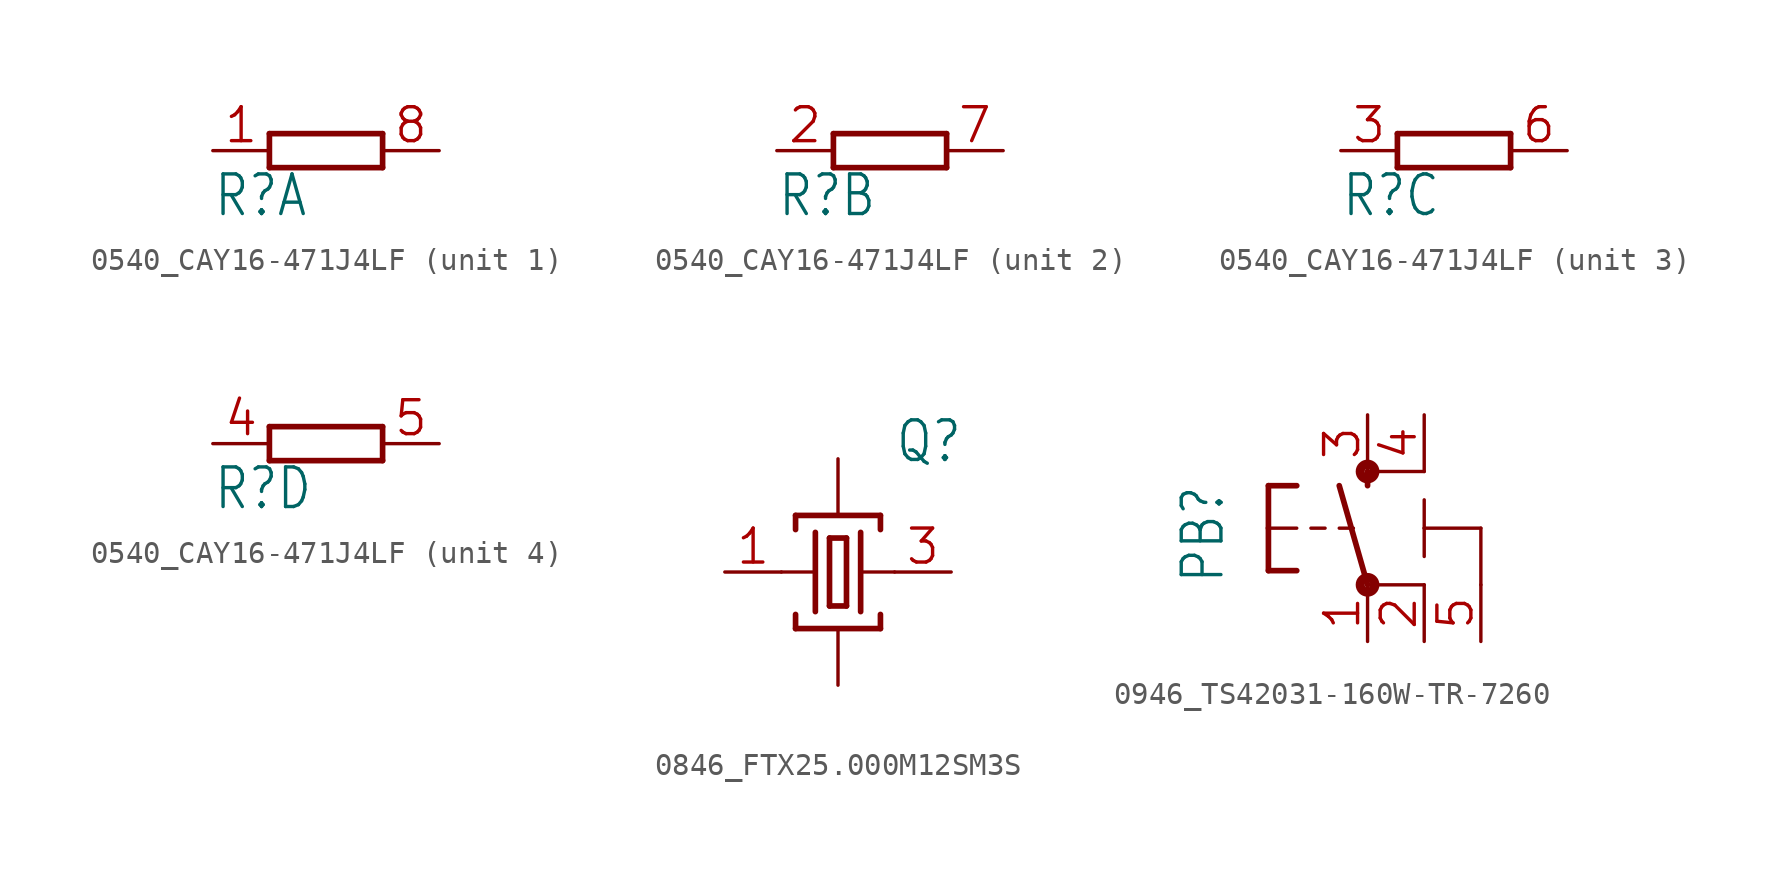
<source format=kicad_sym>
(kicad_symbol_lib
  (version 20241209)
  (generator "kicad_symbol_editor")
  (generator_version "9.0")
  (symbol "0540_CAY16-471J4LF"
    (property "Reference" "R"
      (at -5.08 -3.048 0)
      (effects (font (size 1.778 1.511)) (justify left bottom)))
    (property "Value" ""
      (at 2.54 -3.048 0)
      (effects (font (size 1.778 1.511)) (justify left bottom)))
    (property "ki_locked" ""
      (at 0 0 0)
      (effects (font (size 1.27 1.27))))
    (symbol "0540_CAY16-471J4LF_1_0"
      (polyline (pts (xy -2.54 0.762) (xy -2.54 -0.762)) (stroke (width 0.254) (type solid)) (fill (type none)))
      (polyline (pts (xy -2.54 -0.762) (xy 2.54 -0.762)) (stroke (width 0.254) (type solid)) (fill (type none)))
      (polyline (pts (xy 2.54 0.762) (xy -2.54 0.762)) (stroke (width 0.254) (type solid)) (fill (type none)))
      (polyline (pts (xy 2.54 -0.762) (xy 2.54 0.762)) (stroke (width 0.254) (type solid)) (fill (type none)))
      (pin passive line (at -5.08 0 0) (length 2.54) (name "1" (effects (font (size 0 0)))) (number "1" (effects (font (size 1.524 1.524)))))
      (pin passive line (at 5.08 0 180) (length 2.54) (name "2" (effects (font (size 0 0)))) (number "8" (effects (font (size 1.524 1.524))))))
    (symbol "0540_CAY16-471J4LF_2_0"
      (polyline (pts (xy -2.54 0.762) (xy -2.54 -0.762)) (stroke (width 0.254) (type solid)) (fill (type none)))
      (polyline (pts (xy -2.54 -0.762) (xy 2.54 -0.762)) (stroke (width 0.254) (type solid)) (fill (type none)))
      (polyline (pts (xy 2.54 0.762) (xy -2.54 0.762)) (stroke (width 0.254) (type solid)) (fill (type none)))
      (polyline (pts (xy 2.54 -0.762) (xy 2.54 0.762)) (stroke (width 0.254) (type solid)) (fill (type none)))
      (pin passive line (at -5.08 0 0) (length 2.54) (name "1" (effects (font (size 0 0)))) (number "2" (effects (font (size 1.524 1.524)))))
      (pin passive line (at 5.08 0 180) (length 2.54) (name "2" (effects (font (size 0 0)))) (number "7" (effects (font (size 1.524 1.524))))))
    (symbol "0540_CAY16-471J4LF_3_0"
      (polyline (pts (xy -2.54 0.762) (xy -2.54 -0.762)) (stroke (width 0.254) (type solid)) (fill (type none)))
      (polyline (pts (xy -2.54 -0.762) (xy 2.54 -0.762)) (stroke (width 0.254) (type solid)) (fill (type none)))
      (polyline (pts (xy 2.54 0.762) (xy -2.54 0.762)) (stroke (width 0.254) (type solid)) (fill (type none)))
      (polyline (pts (xy 2.54 -0.762) (xy 2.54 0.762)) (stroke (width 0.254) (type solid)) (fill (type none)))
      (pin passive line (at -5.08 0 0) (length 2.54) (name "1" (effects (font (size 0 0)))) (number "3" (effects (font (size 1.524 1.524)))))
      (pin passive line (at 5.08 0 180) (length 2.54) (name "2" (effects (font (size 0 0)))) (number "6" (effects (font (size 1.524 1.524))))))
    (symbol "0540_CAY16-471J4LF_4_0"
      (polyline (pts (xy -2.54 0.762) (xy -2.54 -0.762)) (stroke (width 0.254) (type solid)) (fill (type none)))
      (polyline (pts (xy -2.54 -0.762) (xy 2.54 -0.762)) (stroke (width 0.254) (type solid)) (fill (type none)))
      (polyline (pts (xy 2.54 0.762) (xy -2.54 0.762)) (stroke (width 0.254) (type solid)) (fill (type none)))
      (polyline (pts (xy 2.54 -0.762) (xy 2.54 0.762)) (stroke (width 0.254) (type solid)) (fill (type none)))
      (pin passive line (at -5.08 0 0) (length 2.54) (name "1" (effects (font (size 0 0)))) (number "4" (effects (font (size 1.524 1.524)))))
      (pin passive line (at 5.08 0 180) (length 2.54) (name "2" (effects (font (size 0 0)))) (number "5" (effects (font (size 1.524 1.524)))))))
  (symbol "0846_FTX25.000M12SM3S"
    (property "Reference" "Q"
      (at 2.54 4.826 0)
      (effects (font (size 1.778 1.511)) (justify left bottom)))
    (property "Value" ""
      (at 2.54 -6.35 0)
      (effects (font (size 1.778 1.511)) (justify left bottom)))
    (property "ki_locked" ""
      (at 0 0 0)
      (effects (font (size 1.27 1.27))))
    (symbol "0846_FTX25.000M12SM3S_1_0"
      (polyline (pts (xy -2.54 0) (xy -1.016 0)) (stroke (width 0.152) (type solid)) (fill (type none)))
      (polyline (pts (xy -1.905 2.54) (xy 1.905 2.54)) (stroke (width 0.254) (type solid)) (fill (type none)))
      (polyline (pts (xy -1.905 1.905) (xy -1.905 2.54)) (stroke (width 0.254) (type solid)) (fill (type none)))
      (polyline (pts (xy -1.905 -1.905) (xy -1.905 -2.54)) (stroke (width 0.254) (type solid)) (fill (type none)))
      (polyline (pts (xy -1.905 -2.54) (xy 1.905 -2.54)) (stroke (width 0.254) (type solid)) (fill (type none)))
      (polyline (pts (xy -1.016 1.778) (xy -1.016 -1.778)) (stroke (width 0.254) (type solid)) (fill (type none)))
      (polyline (pts (xy -0.381 1.524) (xy -0.381 -1.524)) (stroke (width 0.254) (type solid)) (fill (type none)))
      (polyline (pts (xy -0.381 -1.524) (xy 0.381 -1.524)) (stroke (width 0.254) (type solid)) (fill (type none)))
      (polyline (pts (xy 0.381 1.524) (xy -0.381 1.524)) (stroke (width 0.254) (type solid)) (fill (type none)))
      (polyline (pts (xy 0.381 -1.524) (xy 0.381 1.524)) (stroke (width 0.254) (type solid)) (fill (type none)))
      (polyline (pts (xy 1.016 1.778) (xy 1.016 -1.778)) (stroke (width 0.254) (type solid)) (fill (type none)))
      (polyline (pts (xy 1.016 0) (xy 2.54 0)) (stroke (width 0.152) (type solid)) (fill (type none)))
      (polyline (pts (xy 1.905 2.54) (xy 1.905 1.905)) (stroke (width 0.254) (type solid)) (fill (type none)))
      (polyline (pts (xy 1.905 -2.54) (xy 1.905 -1.905)) (stroke (width 0.254) (type solid)) (fill (type none)))
      (pin passive line (at -5.08 0 0) (length 2.54) (name "1" (effects (font (size 0 0)))) (number "1" (effects (font (size 1.524 1.524)))))
      (pin passive line (at 0 5.08 270) (length 2.54) (name "4" (effects (font (size 0 0)))) (number "4" (effects (font (size 0 0)))))
      (pin passive line (at 0 -5.08 90) (length 2.54) (name "2" (effects (font (size 0 0)))) (number "2" (effects (font (size 0 0)))))
      (pin passive line (at 5.08 0 180) (length 2.54) (name "3" (effects (font (size 0 0)))) (number "3" (effects (font (size 1.524 1.524)))))))
  (symbol "0946_TS42031-160W-TR-7260"
    (property "Reference" "PB"
      (at -6.35 -2.54 90)
      (effects (font (size 1.778 1.511)) (justify left bottom)))
    (property "Value" ""
      (at -3.81 3.175 90)
      (effects (font (size 1.778 1.511)) (justify left bottom)))
    (property "ki_locked" ""
      (at 0 0 0)
      (effects (font (size 1.27 1.27))))
    (symbol "0946_TS42031-160W-TR-7260_1_0"
      (polyline (pts (xy -4.445 1.905) (xy -4.445 0)) (stroke (width 0.254) (type solid)) (fill (type none)))
      (polyline (pts (xy -4.445 1.905) (xy -3.175 1.905)) (stroke (width 0.254) (type solid)) (fill (type none)))
      (polyline (pts (xy -4.445 0) (xy -4.445 -1.905)) (stroke (width 0.254) (type solid)) (fill (type none)))
      (polyline (pts (xy -4.445 0) (xy -3.175 0)) (stroke (width 0.152) (type solid)) (fill (type none)))
      (polyline (pts (xy -4.445 -1.905) (xy -3.175 -1.905)) (stroke (width 0.254) (type solid)) (fill (type none)))
      (polyline (pts (xy -2.54 0) (xy -1.905 0)) (stroke (width 0.152) (type solid)) (fill (type none)))
      (polyline (pts (xy -1.27 0) (xy -0.635 0)) (stroke (width 0.152) (type solid)) (fill (type none)))
      (circle (center 0 2.54) (radius 0.127) (stroke (width 0.406) (type solid)) (fill (type none)))
      (polyline (pts (xy 0 1.905) (xy 0 2.54)) (stroke (width 0.254) (type solid)) (fill (type none)))
      (polyline (pts (xy 0 -2.54) (xy -1.27 1.905)) (stroke (width 0.254) (type solid)) (fill (type none)))
      (circle (center 0 -2.54) (radius 0.127) (stroke (width 0.406) (type solid)) (fill (type none)))
      (polyline (pts (xy 2.54 2.54) (xy 0 2.54)) (stroke (width 0.152) (type solid)) (fill (type none)))
      (polyline (pts (xy 2.54 0) (xy 2.54 1.27)) (stroke (width 0.152) (type solid)) (fill (type none)))
      (polyline (pts (xy 2.54 0) (xy 2.54 -1.27)) (stroke (width 0.152) (type solid)) (fill (type none)))
      (polyline (pts (xy 2.54 -2.54) (xy 0 -2.54)) (stroke (width 0.152) (type solid)) (fill (type none)))
      (polyline (pts (xy 5.08 0) (xy 2.54 0)) (stroke (width 0.152) (type solid)) (fill (type none)))
      (polyline (pts (xy 5.08 -2.54) (xy 5.08 0)) (stroke (width 0.152) (type solid)) (fill (type none)))
      (pin passive line (at 0 5.08 270) (length 2.54) (name "3" (effects (font (size 0 0)))) (number "3" (effects (font (size 1.524 1.524)))))
      (pin passive line (at 0 -5.08 90) (length 2.54) (name "1" (effects (font (size 0 0)))) (number "1" (effects (font (size 1.524 1.524)))))
      (pin passive line (at 2.54 5.08 270) (length 2.54) (name "4" (effects (font (size 0 0)))) (number "4" (effects (font (size 1.524 1.524)))))
      (pin passive line (at 2.54 -5.08 90) (length 2.54) (name "2" (effects (font (size 0 0)))) (number "2" (effects (font (size 1.524 1.524)))))
      (pin power_in line (at 5.08 -5.08 90) (length 2.54) (name "5-GND" (effects (font (size 0 0)))) (number "5" (effects (font (size 1.524 1.524))))))))
</source>
